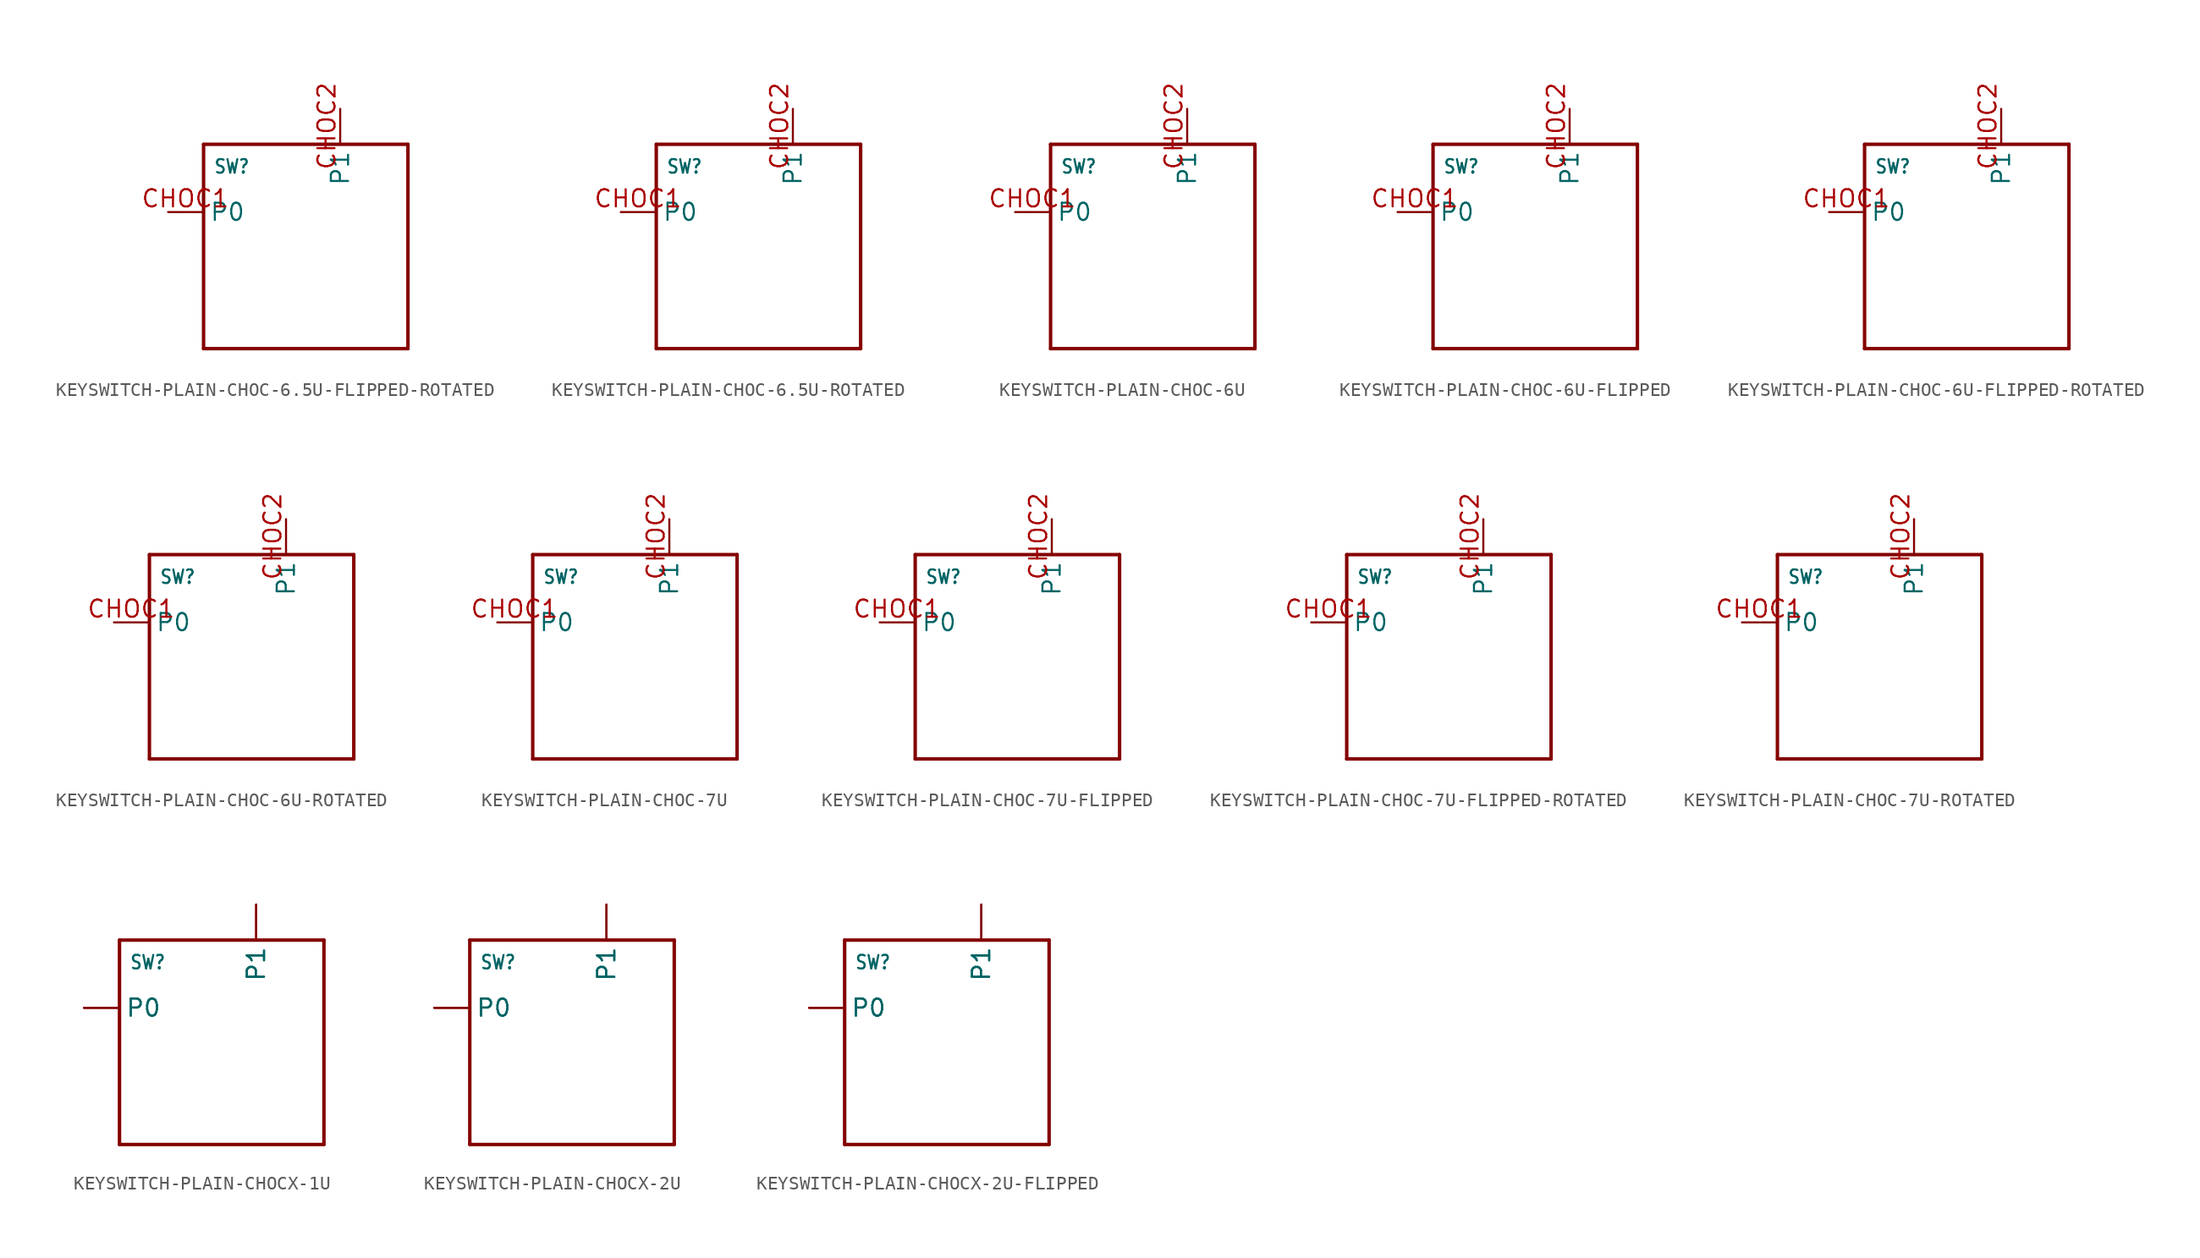
<source format=kicad_sym>
(kicad_symbol_lib
  (version 20211014)
  (generator kicad_symbol_editor)
  (symbol "KEYSWITCH-PLAIN-CHOC-6.5U-FLIPPED-ROTATED"
    (property "Reference" "SW"
      (at -6.81 5.318 0)
      (effects (font (size 1 0.85)) (justify left bottom)))
    (property "ki_locked" ""
      (at 0 0 0)
      (effects (font (size 1.27 1.27))))
    (symbol "KEYSWITCH-PLAIN-CHOC-6.5U-FLIPPED-ROTATED_1_0"
      (polyline (pts (xy -7.54 -7.54) (xy -7.54 7.54)) (stroke (width 0.254) (type default) (color 0 0 0 0)) (fill (type none)))
      (polyline (pts (xy -7.54 7.54) (xy 7.54 7.54)) (stroke (width 0.254) (type default) (color 0 0 0 0)) (fill (type none)))
      (polyline (pts (xy 7.54 -7.54) (xy -7.54 -7.54)) (stroke (width 0.254) (type default) (color 0 0 0 0)) (fill (type none)))
      (polyline (pts (xy 7.54 7.54) (xy 7.54 -7.54)) (stroke (width 0.254) (type default) (color 0 0 0 0)) (fill (type none)))
      (pin bidirectional line (at -10.16 2.54 0) (length 2.54) (name "P0" (effects (font (size 1.27 1.27)))) (number "CHOC1" (effects (font (size 1.27 1.27)))))
      (pin bidirectional line (at 2.54 10.16 270) (length 2.54) (name "P1" (effects (font (size 1.27 1.27)))) (number "CHOC2" (effects (font (size 1.27 1.27)))))))
  (symbol "KEYSWITCH-PLAIN-CHOC-6.5U-ROTATED"
    (property "Reference" "SW"
      (at -6.81 5.318 0)
      (effects (font (size 1 0.85)) (justify left bottom)))
    (property "ki_locked" ""
      (at 0 0 0)
      (effects (font (size 1.27 1.27))))
    (symbol "KEYSWITCH-PLAIN-CHOC-6.5U-ROTATED_1_0"
      (polyline (pts (xy -7.54 -7.54) (xy -7.54 7.54)) (stroke (width 0.254) (type default) (color 0 0 0 0)) (fill (type none)))
      (polyline (pts (xy -7.54 7.54) (xy 7.54 7.54)) (stroke (width 0.254) (type default) (color 0 0 0 0)) (fill (type none)))
      (polyline (pts (xy 7.54 -7.54) (xy -7.54 -7.54)) (stroke (width 0.254) (type default) (color 0 0 0 0)) (fill (type none)))
      (polyline (pts (xy 7.54 7.54) (xy 7.54 -7.54)) (stroke (width 0.254) (type default) (color 0 0 0 0)) (fill (type none)))
      (pin bidirectional line (at -10.16 2.54 0) (length 2.54) (name "P0" (effects (font (size 1.27 1.27)))) (number "CHOC1" (effects (font (size 1.27 1.27)))))
      (pin bidirectional line (at 2.54 10.16 270) (length 2.54) (name "P1" (effects (font (size 1.27 1.27)))) (number "CHOC2" (effects (font (size 1.27 1.27)))))))
  (symbol "KEYSWITCH-PLAIN-CHOC-6U"
    (property "Reference" "SW"
      (at -6.81 5.318 0)
      (effects (font (size 1 0.85)) (justify left bottom)))
    (property "ki_locked" ""
      (at 0 0 0)
      (effects (font (size 1.27 1.27))))
    (symbol "KEYSWITCH-PLAIN-CHOC-6U_1_0"
      (polyline (pts (xy -7.54 -7.54) (xy -7.54 7.54)) (stroke (width 0.254) (type default) (color 0 0 0 0)) (fill (type none)))
      (polyline (pts (xy -7.54 7.54) (xy 7.54 7.54)) (stroke (width 0.254) (type default) (color 0 0 0 0)) (fill (type none)))
      (polyline (pts (xy 7.54 -7.54) (xy -7.54 -7.54)) (stroke (width 0.254) (type default) (color 0 0 0 0)) (fill (type none)))
      (polyline (pts (xy 7.54 7.54) (xy 7.54 -7.54)) (stroke (width 0.254) (type default) (color 0 0 0 0)) (fill (type none)))
      (pin bidirectional line (at -10.16 2.54 0) (length 2.54) (name "P0" (effects (font (size 1.27 1.27)))) (number "CHOC1" (effects (font (size 1.27 1.27)))))
      (pin bidirectional line (at 2.54 10.16 270) (length 2.54) (name "P1" (effects (font (size 1.27 1.27)))) (number "CHOC2" (effects (font (size 1.27 1.27)))))))
  (symbol "KEYSWITCH-PLAIN-CHOC-6U-FLIPPED"
    (property "Reference" "SW"
      (at -6.81 5.318 0)
      (effects (font (size 1 0.85)) (justify left bottom)))
    (property "ki_locked" ""
      (at 0 0 0)
      (effects (font (size 1.27 1.27))))
    (symbol "KEYSWITCH-PLAIN-CHOC-6U-FLIPPED_1_0"
      (polyline (pts (xy -7.54 -7.54) (xy -7.54 7.54)) (stroke (width 0.254) (type default) (color 0 0 0 0)) (fill (type none)))
      (polyline (pts (xy -7.54 7.54) (xy 7.54 7.54)) (stroke (width 0.254) (type default) (color 0 0 0 0)) (fill (type none)))
      (polyline (pts (xy 7.54 -7.54) (xy -7.54 -7.54)) (stroke (width 0.254) (type default) (color 0 0 0 0)) (fill (type none)))
      (polyline (pts (xy 7.54 7.54) (xy 7.54 -7.54)) (stroke (width 0.254) (type default) (color 0 0 0 0)) (fill (type none)))
      (pin bidirectional line (at -10.16 2.54 0) (length 2.54) (name "P0" (effects (font (size 1.27 1.27)))) (number "CHOC1" (effects (font (size 1.27 1.27)))))
      (pin bidirectional line (at 2.54 10.16 270) (length 2.54) (name "P1" (effects (font (size 1.27 1.27)))) (number "CHOC2" (effects (font (size 1.27 1.27)))))))
  (symbol "KEYSWITCH-PLAIN-CHOC-6U-FLIPPED-ROTATED"
    (property "Reference" "SW"
      (at -6.81 5.318 0)
      (effects (font (size 1 0.85)) (justify left bottom)))
    (property "ki_locked" ""
      (at 0 0 0)
      (effects (font (size 1.27 1.27))))
    (symbol "KEYSWITCH-PLAIN-CHOC-6U-FLIPPED-ROTATED_1_0"
      (polyline (pts (xy -7.54 -7.54) (xy -7.54 7.54)) (stroke (width 0.254) (type default) (color 0 0 0 0)) (fill (type none)))
      (polyline (pts (xy -7.54 7.54) (xy 7.54 7.54)) (stroke (width 0.254) (type default) (color 0 0 0 0)) (fill (type none)))
      (polyline (pts (xy 7.54 -7.54) (xy -7.54 -7.54)) (stroke (width 0.254) (type default) (color 0 0 0 0)) (fill (type none)))
      (polyline (pts (xy 7.54 7.54) (xy 7.54 -7.54)) (stroke (width 0.254) (type default) (color 0 0 0 0)) (fill (type none)))
      (pin bidirectional line (at -10.16 2.54 0) (length 2.54) (name "P0" (effects (font (size 1.27 1.27)))) (number "CHOC1" (effects (font (size 1.27 1.27)))))
      (pin bidirectional line (at 2.54 10.16 270) (length 2.54) (name "P1" (effects (font (size 1.27 1.27)))) (number "CHOC2" (effects (font (size 1.27 1.27)))))))
  (symbol "KEYSWITCH-PLAIN-CHOC-6U-ROTATED"
    (property "Reference" "SW"
      (at -6.81 5.318 0)
      (effects (font (size 1 0.85)) (justify left bottom)))
    (property "ki_locked" ""
      (at 0 0 0)
      (effects (font (size 1.27 1.27))))
    (symbol "KEYSWITCH-PLAIN-CHOC-6U-ROTATED_1_0"
      (polyline (pts (xy -7.54 -7.54) (xy -7.54 7.54)) (stroke (width 0.254) (type default) (color 0 0 0 0)) (fill (type none)))
      (polyline (pts (xy -7.54 7.54) (xy 7.54 7.54)) (stroke (width 0.254) (type default) (color 0 0 0 0)) (fill (type none)))
      (polyline (pts (xy 7.54 -7.54) (xy -7.54 -7.54)) (stroke (width 0.254) (type default) (color 0 0 0 0)) (fill (type none)))
      (polyline (pts (xy 7.54 7.54) (xy 7.54 -7.54)) (stroke (width 0.254) (type default) (color 0 0 0 0)) (fill (type none)))
      (pin bidirectional line (at -10.16 2.54 0) (length 2.54) (name "P0" (effects (font (size 1.27 1.27)))) (number "CHOC1" (effects (font (size 1.27 1.27)))))
      (pin bidirectional line (at 2.54 10.16 270) (length 2.54) (name "P1" (effects (font (size 1.27 1.27)))) (number "CHOC2" (effects (font (size 1.27 1.27)))))))
  (symbol "KEYSWITCH-PLAIN-CHOC-7U"
    (property "Reference" "SW"
      (at -6.81 5.318 0)
      (effects (font (size 1 0.85)) (justify left bottom)))
    (property "ki_locked" ""
      (at 0 0 0)
      (effects (font (size 1.27 1.27))))
    (symbol "KEYSWITCH-PLAIN-CHOC-7U_1_0"
      (polyline (pts (xy -7.54 -7.54) (xy -7.54 7.54)) (stroke (width 0.254) (type default) (color 0 0 0 0)) (fill (type none)))
      (polyline (pts (xy -7.54 7.54) (xy 7.54 7.54)) (stroke (width 0.254) (type default) (color 0 0 0 0)) (fill (type none)))
      (polyline (pts (xy 7.54 -7.54) (xy -7.54 -7.54)) (stroke (width 0.254) (type default) (color 0 0 0 0)) (fill (type none)))
      (polyline (pts (xy 7.54 7.54) (xy 7.54 -7.54)) (stroke (width 0.254) (type default) (color 0 0 0 0)) (fill (type none)))
      (pin bidirectional line (at -10.16 2.54 0) (length 2.54) (name "P0" (effects (font (size 1.27 1.27)))) (number "CHOC1" (effects (font (size 1.27 1.27)))))
      (pin bidirectional line (at 2.54 10.16 270) (length 2.54) (name "P1" (effects (font (size 1.27 1.27)))) (number "CHOC2" (effects (font (size 1.27 1.27)))))))
  (symbol "KEYSWITCH-PLAIN-CHOC-7U-FLIPPED"
    (property "Reference" "SW"
      (at -6.81 5.318 0)
      (effects (font (size 1 0.85)) (justify left bottom)))
    (property "ki_locked" ""
      (at 0 0 0)
      (effects (font (size 1.27 1.27))))
    (symbol "KEYSWITCH-PLAIN-CHOC-7U-FLIPPED_1_0"
      (polyline (pts (xy -7.54 -7.54) (xy -7.54 7.54)) (stroke (width 0.254) (type default) (color 0 0 0 0)) (fill (type none)))
      (polyline (pts (xy -7.54 7.54) (xy 7.54 7.54)) (stroke (width 0.254) (type default) (color 0 0 0 0)) (fill (type none)))
      (polyline (pts (xy 7.54 -7.54) (xy -7.54 -7.54)) (stroke (width 0.254) (type default) (color 0 0 0 0)) (fill (type none)))
      (polyline (pts (xy 7.54 7.54) (xy 7.54 -7.54)) (stroke (width 0.254) (type default) (color 0 0 0 0)) (fill (type none)))
      (pin bidirectional line (at -10.16 2.54 0) (length 2.54) (name "P0" (effects (font (size 1.27 1.27)))) (number "CHOC1" (effects (font (size 1.27 1.27)))))
      (pin bidirectional line (at 2.54 10.16 270) (length 2.54) (name "P1" (effects (font (size 1.27 1.27)))) (number "CHOC2" (effects (font (size 1.27 1.27)))))))
  (symbol "KEYSWITCH-PLAIN-CHOC-7U-FLIPPED-ROTATED"
    (property "Reference" "SW"
      (at -6.81 5.318 0)
      (effects (font (size 1 0.85)) (justify left bottom)))
    (property "ki_locked" ""
      (at 0 0 0)
      (effects (font (size 1.27 1.27))))
    (symbol "KEYSWITCH-PLAIN-CHOC-7U-FLIPPED-ROTATED_1_0"
      (polyline (pts (xy -7.54 -7.54) (xy -7.54 7.54)) (stroke (width 0.254) (type default) (color 0 0 0 0)) (fill (type none)))
      (polyline (pts (xy -7.54 7.54) (xy 7.54 7.54)) (stroke (width 0.254) (type default) (color 0 0 0 0)) (fill (type none)))
      (polyline (pts (xy 7.54 -7.54) (xy -7.54 -7.54)) (stroke (width 0.254) (type default) (color 0 0 0 0)) (fill (type none)))
      (polyline (pts (xy 7.54 7.54) (xy 7.54 -7.54)) (stroke (width 0.254) (type default) (color 0 0 0 0)) (fill (type none)))
      (pin bidirectional line (at -10.16 2.54 0) (length 2.54) (name "P0" (effects (font (size 1.27 1.27)))) (number "CHOC1" (effects (font (size 1.27 1.27)))))
      (pin bidirectional line (at 2.54 10.16 270) (length 2.54) (name "P1" (effects (font (size 1.27 1.27)))) (number "CHOC2" (effects (font (size 1.27 1.27)))))))
  (symbol "KEYSWITCH-PLAIN-CHOC-7U-ROTATED"
    (property "Reference" "SW"
      (at -6.81 5.318 0)
      (effects (font (size 1 0.85)) (justify left bottom)))
    (property "ki_locked" ""
      (at 0 0 0)
      (effects (font (size 1.27 1.27))))
    (symbol "KEYSWITCH-PLAIN-CHOC-7U-ROTATED_1_0"
      (polyline (pts (xy -7.54 -7.54) (xy -7.54 7.54)) (stroke (width 0.254) (type default) (color 0 0 0 0)) (fill (type none)))
      (polyline (pts (xy -7.54 7.54) (xy 7.54 7.54)) (stroke (width 0.254) (type default) (color 0 0 0 0)) (fill (type none)))
      (polyline (pts (xy 7.54 -7.54) (xy -7.54 -7.54)) (stroke (width 0.254) (type default) (color 0 0 0 0)) (fill (type none)))
      (polyline (pts (xy 7.54 7.54) (xy 7.54 -7.54)) (stroke (width 0.254) (type default) (color 0 0 0 0)) (fill (type none)))
      (pin bidirectional line (at -10.16 2.54 0) (length 2.54) (name "P0" (effects (font (size 1.27 1.27)))) (number "CHOC1" (effects (font (size 1.27 1.27)))))
      (pin bidirectional line (at 2.54 10.16 270) (length 2.54) (name "P1" (effects (font (size 1.27 1.27)))) (number "CHOC2" (effects (font (size 1.27 1.27)))))))
  (symbol "KEYSWITCH-PLAIN-CHOCX-1U"
    (property "Reference" "SW"
      (at -6.81 5.318 0)
      (effects (font (size 1 0.85)) (justify left bottom)))
    (property "ki_locked" ""
      (at 0 0 0)
      (effects (font (size 1.27 1.27))))
    (symbol "KEYSWITCH-PLAIN-CHOCX-1U_1_0"
      (polyline (pts (xy -7.54 -7.54) (xy -7.54 7.54)) (stroke (width 0.254) (type default) (color 0 0 0 0)) (fill (type none)))
      (polyline (pts (xy -7.54 7.54) (xy 7.54 7.54)) (stroke (width 0.254) (type default) (color 0 0 0 0)) (fill (type none)))
      (polyline (pts (xy 7.54 -7.54) (xy -7.54 -7.54)) (stroke (width 0.254) (type default) (color 0 0 0 0)) (fill (type none)))
      (polyline (pts (xy 7.54 7.54) (xy 7.54 -7.54)) (stroke (width 0.254) (type default) (color 0 0 0 0)) (fill (type none)))
      (pin bidirectional line (at -10.16 2.54 0) (length 2.54) (name "P0" (effects (font (size 1.27 1.27)))) (number "CHOC1" (effects (font (size 0 0)))))
      (pin bidirectional line (at 2.54 10.16 270) (length 2.54) (name "P1" (effects (font (size 1.27 1.27)))) (number "CHOC2" (effects (font (size 0 0)))))
      (pin bidirectional line (at -10.16 2.54 0) (length 2.54) (name "P0" (effects (font (size 1.27 1.27)))) (number "X1" (effects (font (size 0 0)))))
      (pin bidirectional line (at 2.54 10.16 270) (length 2.54) (name "P1" (effects (font (size 1.27 1.27)))) (number "X2" (effects (font (size 0 0)))))))
  (symbol "KEYSWITCH-PLAIN-CHOCX-2U"
    (property "Reference" "SW"
      (at -6.81 5.318 0)
      (effects (font (size 1 0.85)) (justify left bottom)))
    (property "ki_locked" ""
      (at 0 0 0)
      (effects (font (size 1.27 1.27))))
    (symbol "KEYSWITCH-PLAIN-CHOCX-2U_1_0"
      (polyline (pts (xy -7.54 -7.54) (xy -7.54 7.54)) (stroke (width 0.254) (type default) (color 0 0 0 0)) (fill (type none)))
      (polyline (pts (xy -7.54 7.54) (xy 7.54 7.54)) (stroke (width 0.254) (type default) (color 0 0 0 0)) (fill (type none)))
      (polyline (pts (xy 7.54 -7.54) (xy -7.54 -7.54)) (stroke (width 0.254) (type default) (color 0 0 0 0)) (fill (type none)))
      (polyline (pts (xy 7.54 7.54) (xy 7.54 -7.54)) (stroke (width 0.254) (type default) (color 0 0 0 0)) (fill (type none)))
      (pin bidirectional line (at -10.16 2.54 0) (length 2.54) (name "P0" (effects (font (size 1.27 1.27)))) (number "CHOC1" (effects (font (size 0 0)))))
      (pin bidirectional line (at 2.54 10.16 270) (length 2.54) (name "P1" (effects (font (size 1.27 1.27)))) (number "CHOC2" (effects (font (size 0 0)))))
      (pin bidirectional line (at -10.16 2.54 0) (length 2.54) (name "P0" (effects (font (size 1.27 1.27)))) (number "X1" (effects (font (size 0 0)))))
      (pin bidirectional line (at 2.54 10.16 270) (length 2.54) (name "P1" (effects (font (size 1.27 1.27)))) (number "X2" (effects (font (size 0 0)))))))
  (symbol "KEYSWITCH-PLAIN-CHOCX-2U-FLIPPED"
    (property "Reference" "SW"
      (at -6.81 5.318 0)
      (effects (font (size 1 0.85)) (justify left bottom)))
    (property "ki_locked" ""
      (at 0 0 0)
      (effects (font (size 1.27 1.27))))
    (symbol "KEYSWITCH-PLAIN-CHOCX-2U-FLIPPED_1_0"
      (polyline (pts (xy -7.54 -7.54) (xy -7.54 7.54)) (stroke (width 0.254) (type default) (color 0 0 0 0)) (fill (type none)))
      (polyline (pts (xy -7.54 7.54) (xy 7.54 7.54)) (stroke (width 0.254) (type default) (color 0 0 0 0)) (fill (type none)))
      (polyline (pts (xy 7.54 -7.54) (xy -7.54 -7.54)) (stroke (width 0.254) (type default) (color 0 0 0 0)) (fill (type none)))
      (polyline (pts (xy 7.54 7.54) (xy 7.54 -7.54)) (stroke (width 0.254) (type default) (color 0 0 0 0)) (fill (type none)))
      (pin bidirectional line (at -10.16 2.54 0) (length 2.54) (name "P0" (effects (font (size 1.27 1.27)))) (number "CHOC1" (effects (font (size 0 0)))))
      (pin bidirectional line (at 2.54 10.16 270) (length 2.54) (name "P1" (effects (font (size 1.27 1.27)))) (number "CHOC2" (effects (font (size 0 0)))))
      (pin bidirectional line (at -10.16 2.54 0) (length 2.54) (name "P0" (effects (font (size 1.27 1.27)))) (number "X1" (effects (font (size 0 0)))))
      (pin bidirectional line (at 2.54 10.16 270) (length 2.54) (name "P1" (effects (font (size 1.27 1.27)))) (number "X2" (effects (font (size 0 0))))))))
</source>
